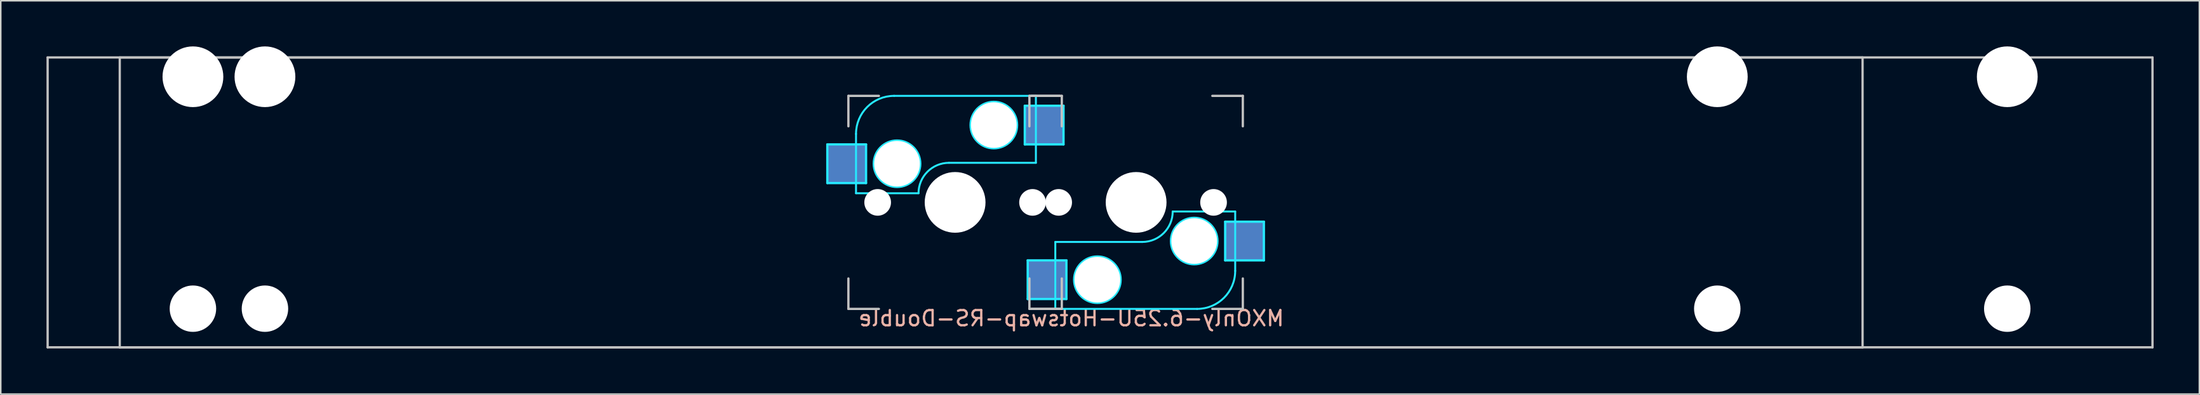
<source format=kicad_pcb>
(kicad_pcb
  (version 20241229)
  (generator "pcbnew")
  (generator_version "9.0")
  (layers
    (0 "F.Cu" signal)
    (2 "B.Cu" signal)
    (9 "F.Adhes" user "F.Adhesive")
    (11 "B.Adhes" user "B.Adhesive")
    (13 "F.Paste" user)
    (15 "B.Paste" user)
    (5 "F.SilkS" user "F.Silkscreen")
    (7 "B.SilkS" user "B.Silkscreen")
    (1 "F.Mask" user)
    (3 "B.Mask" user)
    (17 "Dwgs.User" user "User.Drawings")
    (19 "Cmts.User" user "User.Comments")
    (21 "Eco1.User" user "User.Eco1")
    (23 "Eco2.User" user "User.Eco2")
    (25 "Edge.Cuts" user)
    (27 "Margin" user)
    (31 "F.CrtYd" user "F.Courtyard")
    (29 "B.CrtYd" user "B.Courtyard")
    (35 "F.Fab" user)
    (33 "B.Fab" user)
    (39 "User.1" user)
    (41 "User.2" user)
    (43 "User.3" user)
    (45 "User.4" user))
  (footprint "MXOnly-6.25U-Hotswap-RS-Double"
    (layer "F.Cu")
    (at 67.226 10.249)
    (property "Reference" "MXOnly-6.25U-Hotswap-RS-Double" (at 0 7.62 0) (unlocked yes) (layer "B.SilkS") (effects (font (size 1 1) (thickness 0.15)) (justify mirror)))
    (attr smd)
    (fp_line (start -67.151 -9.525) (end 51.911 -9.525) (stroke (width 0.15) (type solid)) (layer "Dwgs.User"))
    (fp_line (start -67.151 9.525) (end -67.151 -9.525) (stroke (width 0.15) (type solid)) (layer "Dwgs.User"))
    (fp_line (start -62.42 -9.525) (end 70.93 -9.525) (stroke (width 0.15) (type solid)) (layer "Dwgs.User"))
    (fp_line (start -62.42 9.525) (end -62.42 -9.525) (stroke (width 0.15) (type solid)) (layer "Dwgs.User"))
    (fp_line (start -14.62 -7) (end -14.62 -5) (stroke (width 0.15) (type solid)) (layer "Dwgs.User"))
    (fp_line (start -14.62 5) (end -14.62 7) (stroke (width 0.15) (type solid)) (layer "Dwgs.User"))
    (fp_line (start -14.62 7) (end -12.62 7) (stroke (width 0.15) (type solid)) (layer "Dwgs.User"))
    (fp_line (start -12.62 -7) (end -14.62 -7) (stroke (width 0.15) (type solid)) (layer "Dwgs.User"))
    (fp_line (start -2.745 -7) (end -2.745 -5) (stroke (width 0.15) (type solid)) (layer "Dwgs.User"))
    (fp_line (start -2.745 7) (end -2.745 5) (stroke (width 0.15) (type solid)) (layer "Dwgs.User"))
    (fp_line (start -2.62 -7) (end -0.62 -7) (stroke (width 0.15) (type solid)) (layer "Dwgs.User"))
    (fp_line (start -2.62 7) (end -0.62 7) (stroke (width 0.15) (type solid)) (layer "Dwgs.User"))
    (fp_line (start -0.746 -7) (end -2.745 -7) (stroke (width 0.15) (type solid)) (layer "Dwgs.User"))
    (fp_line (start -0.746 7) (end -2.745 7) (stroke (width 0.15) (type solid)) (layer "Dwgs.User"))
    (fp_line (start -0.62 -7) (end -0.62 -5) (stroke (width 0.15) (type solid)) (layer "Dwgs.User"))
    (fp_line (start -0.62 7) (end -0.62 5) (stroke (width 0.15) (type solid)) (layer "Dwgs.User"))
    (fp_line (start 9.255 7) (end 11.255 7) (stroke (width 0.15) (type solid)) (layer "Dwgs.User"))
    (fp_line (start 11.255 -7) (end 9.255 -7) (stroke (width 0.15) (type solid)) (layer "Dwgs.User"))
    (fp_line (start 11.255 -5) (end 11.255 -7) (stroke (width 0.15) (type solid)) (layer "Dwgs.User"))
    (fp_line (start 11.255 7) (end 11.255 5) (stroke (width 0.15) (type solid)) (layer "Dwgs.User"))
    (fp_line (start 51.911 -9.525) (end 51.911 9.525) (stroke (width 0.15) (type solid)) (layer "Dwgs.User"))
    (fp_line (start 51.911 9.525) (end -67.151 9.525) (stroke (width 0.15) (type solid)) (layer "Dwgs.User"))
    (fp_line (start 70.93 -9.525) (end 70.93 9.525) (stroke (width 0.15) (type solid)) (layer "Dwgs.User"))
    (fp_line (start 70.93 9.525) (end -62.42 9.525) (stroke (width 0.15) (type solid)) (layer "Dwgs.User"))
    (fp_line (start -16.002 -3.81) (end -13.462 -3.81) (stroke (width 0.15) (type solid)) (layer "B.CrtYd"))
    (fp_line (start -16.002 -1.27) (end -16.002 -3.81) (stroke (width 0.15) (type solid)) (layer "B.CrtYd"))
    (fp_line (start -14.12 -4.5) (end -14.12 -0.6) (stroke (width 0.127) (type solid)) (layer "B.CrtYd"))
    (fp_line (start -14.12 -0.6) (end -10.02 -0.6) (stroke (width 0.127) (type solid)) (layer "B.CrtYd"))
    (fp_line (start -13.462 -3.81) (end -13.462 -1.27) (stroke (width 0.15) (type solid)) (layer "B.CrtYd"))
    (fp_line (start -13.462 -1.27) (end -16.002 -1.27) (stroke (width 0.15) (type solid)) (layer "B.CrtYd"))
    (fp_line (start -8.02 -2.6) (end -2.32 -2.6) (stroke (width 0.127) (type solid)) (layer "B.CrtYd"))
    (fp_line (start -3.048 -6.35) (end -0.508 -6.35) (stroke (width 0.15) (type solid)) (layer "B.CrtYd"))
    (fp_line (start -3.048 -3.81) (end -3.048 -6.35) (stroke (width 0.15) (type solid)) (layer "B.CrtYd"))
    (fp_line (start -2.857 3.81) (end -0.318 3.81) (stroke (width 0.15) (type solid)) (layer "B.CrtYd"))
    (fp_line (start -2.857 6.35) (end -2.857 3.81) (stroke (width 0.15) (type solid)) (layer "B.CrtYd"))
    (fp_line (start -2.32 -7) (end -11.62 -7) (stroke (width 0.127) (type solid)) (layer "B.CrtYd"))
    (fp_line (start -2.32 -7) (end -2.32 -2.6) (stroke (width 0.127) (type solid)) (layer "B.CrtYd"))
    (fp_line (start -1.046 7) (end -1.046 2.6) (stroke (width 0.127) (type solid)) (layer "B.CrtYd"))
    (fp_line (start -1.046 7) (end 8.255 7) (stroke (width 0.127) (type solid)) (layer "B.CrtYd"))
    (fp_line (start -0.508 -6.35) (end -0.508 -3.81) (stroke (width 0.15) (type solid)) (layer "B.CrtYd"))
    (fp_line (start -0.508 -3.81) (end -3.048 -3.81) (stroke (width 0.15) (type solid)) (layer "B.CrtYd"))
    (fp_line (start -0.318 3.81) (end -0.318 6.35) (stroke (width 0.15) (type solid)) (layer "B.CrtYd"))
    (fp_line (start -0.318 6.35) (end -2.857 6.35) (stroke (width 0.15) (type solid)) (layer "B.CrtYd"))
    (fp_line (start 4.654 2.6) (end -1.046 2.6) (stroke (width 0.127) (type solid)) (layer "B.CrtYd"))
    (fp_line (start 10.097 1.27) (end 12.636 1.27) (stroke (width 0.15) (type solid)) (layer "B.CrtYd"))
    (fp_line (start 10.097 3.81) (end 10.097 1.27) (stroke (width 0.15) (type solid)) (layer "B.CrtYd"))
    (fp_line (start 10.755 0.6) (end 6.654 0.6) (stroke (width 0.127) (type solid)) (layer "B.CrtYd"))
    (fp_line (start 10.755 4.5) (end 10.755 0.6) (stroke (width 0.127) (type solid)) (layer "B.CrtYd"))
    (fp_line (start 12.636 1.27) (end 12.636 3.81) (stroke (width 0.15) (type solid)) (layer "B.CrtYd"))
    (fp_line (start 12.636 3.81) (end 10.097 3.81) (stroke (width 0.15) (type solid)) (layer "B.CrtYd"))
    (fp_arc (start -14.12 -4.5) (mid -13.387767 -6.267767) (end -11.62 -7) (stroke (width 0.127) (type solid)) (layer "B.CrtYd"))
    (fp_arc (start -10.02 -0.6) (mid -9.434214 -2.014214) (end -8.02 -2.6) (stroke (width 0.127) (type solid)) (layer "B.CrtYd"))
    (fp_arc (start 6.6545 0.6) (mid 6.068714 2.014214) (end 4.6545 2.6) (stroke (width 0.127) (type solid)) (layer "B.CrtYd"))
    (fp_arc (start 10.7545 4.5) (mid 10.022267 6.267767) (end 8.2545 7) (stroke (width 0.127) (type solid)) (layer "B.CrtYd"))
    (fp_circle (center -11.43 -2.54) (end -11.43 -4.064) (stroke (width 0.15) (type solid)) (fill no) (layer "B.CrtYd"))
    (fp_circle (center -5.08 -5.08) (end -5.08 -6.604) (stroke (width 0.15) (type solid)) (fill no) (layer "B.CrtYd"))
    (fp_circle (center 1.714 5.08) (end 1.714 6.604) (stroke (width 0.15) (type solid)) (fill no) (layer "B.CrtYd"))
    (fp_circle (center 8.065 2.54) (end 8.065 4.064) (stroke (width 0.15) (type solid)) (fill no) (layer "B.CrtYd"))
    (pad "" np_thru_hole circle (at -57.62 -8.255) (size 3.988 3.988) (drill 3.988) (layers "*.Cu" "*.Mask"))
    (pad "" np_thru_hole circle (at -57.62 6.985) (size 3.048 3.048) (drill 3.048) (layers "*.Cu" "*.Mask"))
    (pad "" np_thru_hole circle (at -52.895 -8.255) (size 3.988 3.988) (drill 3.988) (layers "*.Cu" "*.Mask"))
    (pad "" np_thru_hole circle (at -52.895 6.985) (size 3.048 3.048) (drill 3.048) (layers "*.Cu" "*.Mask"))
    (pad "" np_thru_hole circle (at -12.7 0 48.1) (size 1.75 1.75) (drill 1.75) (layers "*.Cu" "*.Mask"))
    (pad "" np_thru_hole circle (at -11.43 -2.54) (size 3 3) (drill 3) (layers "*.Cu" "*.Mask"))
    (pad "" np_thru_hole circle (at -7.62 0) (size 3.988 3.988) (drill 3.988) (layers "*.Cu" "*.Mask"))
    (pad "" np_thru_hole circle (at -5.08 -5.08) (size 3 3) (drill 3) (layers "*.Cu" "*.Mask"))
    (pad "" np_thru_hole circle (at -2.54 0 48.1) (size 1.75 1.75) (drill 1.75) (layers "*.Cu" "*.Mask"))
    (pad "" np_thru_hole circle (at -0.826 0 228.1) (size 1.75 1.75) (drill 1.75) (layers "*.Cu" "*.Mask"))
    (pad "" np_thru_hole circle (at 1.714 5.08 180) (size 3 3) (drill 3) (layers "*.Cu" "*.Mask"))
    (pad "" np_thru_hole circle (at 4.255 0 180) (size 3.988 3.988) (drill 3.988) (layers "*.Cu" "*.Mask"))
    (pad "" np_thru_hole circle (at 8.065 2.54 180) (size 3 3) (drill 3) (layers "*.Cu" "*.Mask"))
    (pad "" np_thru_hole circle (at 9.335 0 228.1) (size 1.75 1.75) (drill 1.75) (layers "*.Cu" "*.Mask"))
    (pad "" np_thru_hole circle (at 42.38 -8.255) (size 3.988 3.988) (drill 3.988) (layers "*.Cu" "*.Mask"))
    (pad "" np_thru_hole circle (at 42.38 6.985) (size 3.048 3.048) (drill 3.048) (layers "*.Cu" "*.Mask"))
    (pad "" np_thru_hole circle (at 61.404 -8.255) (size 3.988 3.988) (drill 3.988) (layers "*.Cu" "*.Mask"))
    (pad "" np_thru_hole circle (at 61.404 6.985) (size 3.048 3.048) (drill 3.048) (layers "*.Cu" "*.Mask"))
    (pad "1" smd rect (at -14.705 -2.54) (size 2.55 2.5) (layers "B.Cu" "B.Mask" "B.Paste"))
    (pad "1" smd rect (at 11.339 2.54 180) (size 2.55 2.5) (layers "B.Cu" "B.Mask" "B.Paste"))
    (pad "2" smd rect (at -1.778 -5.08) (size 2.55 2.5) (layers "B.Cu" "B.Mask" "B.Paste"))
    (pad "2" smd rect (at -1.587 5.08 180) (size 2.55 2.5) (layers "B.Cu" "B.Mask" "B.Paste")))
  (gr_rect
    (start -3 -3)
    (end 141.231 22.849)
    (stroke (width 0.1) (type default))
    (fill no)
    (layer "Edge.Cuts")))
</source>
